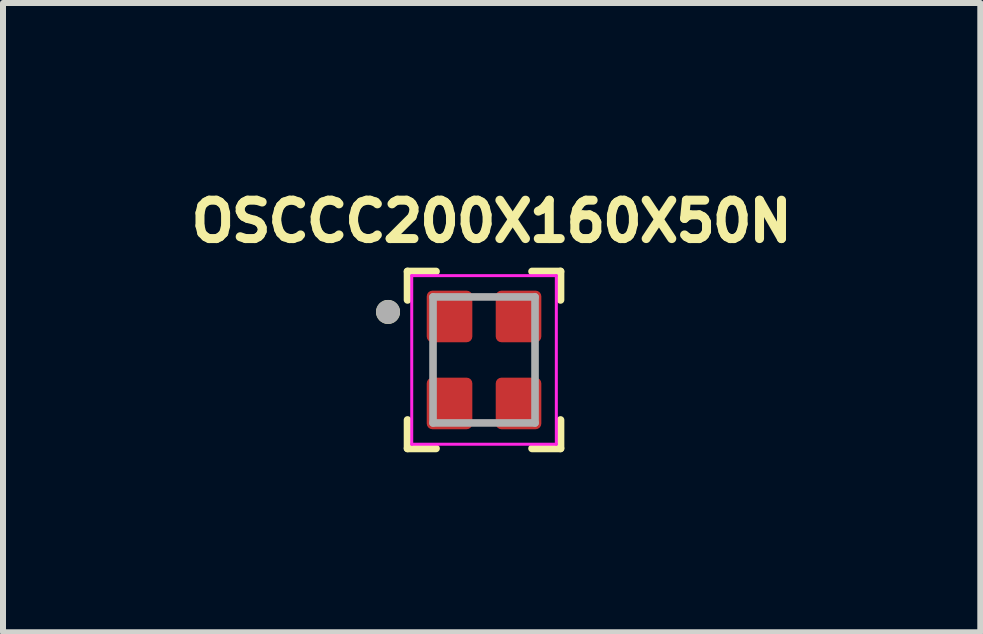
<source format=kicad_pcb>
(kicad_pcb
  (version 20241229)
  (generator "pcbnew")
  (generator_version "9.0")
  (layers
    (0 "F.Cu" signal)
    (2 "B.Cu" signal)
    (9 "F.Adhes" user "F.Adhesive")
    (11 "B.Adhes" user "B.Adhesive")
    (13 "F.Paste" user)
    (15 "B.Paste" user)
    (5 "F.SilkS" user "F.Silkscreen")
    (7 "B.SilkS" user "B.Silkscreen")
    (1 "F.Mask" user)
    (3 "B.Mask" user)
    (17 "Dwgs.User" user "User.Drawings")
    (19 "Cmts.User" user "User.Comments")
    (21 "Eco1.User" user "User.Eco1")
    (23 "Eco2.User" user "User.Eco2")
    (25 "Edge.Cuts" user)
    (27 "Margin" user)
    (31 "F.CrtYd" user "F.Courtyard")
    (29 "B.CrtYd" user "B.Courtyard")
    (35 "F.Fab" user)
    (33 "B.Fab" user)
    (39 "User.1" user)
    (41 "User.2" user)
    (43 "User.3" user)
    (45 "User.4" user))
  (footprint "OSCCC200X160X50N"
    (layer "F.Cu")
    (at 5.017 2.949)
    (property "Reference" "OSCCC200X160X50N" (at 0.127 -2.311 0) (layer "F.SilkS") (effects (font (size 0.64 0.64) (thickness 0.15))))
    (attr smd)
    (fp_line (start -1.275 -1.475) (end -0.8 -1.475) (stroke (width 0.127) (type solid)) (layer "F.SilkS"))
    (fp_line (start -1.275 -1) (end -1.275 -1.475) (stroke (width 0.127) (type solid)) (layer "F.SilkS"))
    (fp_line (start -1.275 1) (end -1.275 1.475) (stroke (width 0.127) (type solid)) (layer "F.SilkS"))
    (fp_line (start -1.275 1.475) (end -0.8 1.475) (stroke (width 0.127) (type solid)) (layer "F.SilkS"))
    (fp_line (start 1.275 -1.475) (end 0.8 -1.475) (stroke (width 0.127) (type solid)) (layer "F.SilkS"))
    (fp_line (start 1.275 -1) (end 1.275 -1.475) (stroke (width 0.127) (type solid)) (layer "F.SilkS"))
    (fp_line (start 1.275 1) (end 1.275 1.475) (stroke (width 0.127) (type solid)) (layer "F.SilkS"))
    (fp_line (start 1.275 1.475) (end 0.8 1.475) (stroke (width 0.127) (type solid)) (layer "F.SilkS"))
    (fp_circle (center -1.6 -0.8) (end -1.5 -0.8) (stroke (width 0.2) (type solid)) (fill no) (layer "F.SilkS"))
    (fp_line (start -1.205 -1.405) (end -1.205 1.405) (stroke (width 0.05) (type solid)) (layer "F.CrtYd"))
    (fp_line (start -1.205 1.405) (end 1.205 1.405) (stroke (width 0.05) (type solid)) (layer "F.CrtYd"))
    (fp_line (start 1.205 -1.405) (end -1.205 -1.405) (stroke (width 0.05) (type solid)) (layer "F.CrtYd"))
    (fp_line (start 1.205 1.405) (end 1.205 -1.405) (stroke (width 0.05) (type solid)) (layer "F.CrtYd"))
    (fp_line (start -0.85 -1.05) (end 0.85 -1.05) (stroke (width 0.127) (type solid)) (layer "F.Fab"))
    (fp_line (start -0.85 1.05) (end -0.85 -1.05) (stroke (width 0.127) (type solid)) (layer "F.Fab"))
    (fp_line (start 0.85 -1.05) (end 0.85 1.05) (stroke (width 0.127) (type solid)) (layer "F.Fab"))
    (fp_line (start 0.85 1.05) (end -0.85 1.05) (stroke (width 0.127) (type solid)) (layer "F.Fab"))
    (fp_circle (center -1.6 -0.8) (end -1.5 -0.8) (stroke (width 0.2) (type solid)) (fill no) (layer "F.Fab"))
    (pad "1" smd roundrect (at -0.575 -0.725) (size 0.76 0.86) (layers "F.Cu" "F.Mask" "F.Paste") (roundrect_rratio 0.125))
    (pad "2" smd roundrect (at -0.575 0.725) (size 0.76 0.86) (layers "F.Cu" "F.Mask" "F.Paste") (roundrect_rratio 0.125))
    (pad "3" smd roundrect (at 0.575 0.725) (size 0.76 0.86) (layers "F.Cu" "F.Mask" "F.Paste") (roundrect_rratio 0.125))
    (pad "4" smd roundrect (at 0.575 -0.725) (size 0.76 0.86) (layers "F.Cu" "F.Mask" "F.Paste") (roundrect_rratio 0.125)))
  (gr_rect
    (start -3 -3)
    (end 13.288 7.488)
    (stroke (width 0.1) (type default))
    (fill no)
    (layer "Edge.Cuts")))
</source>
